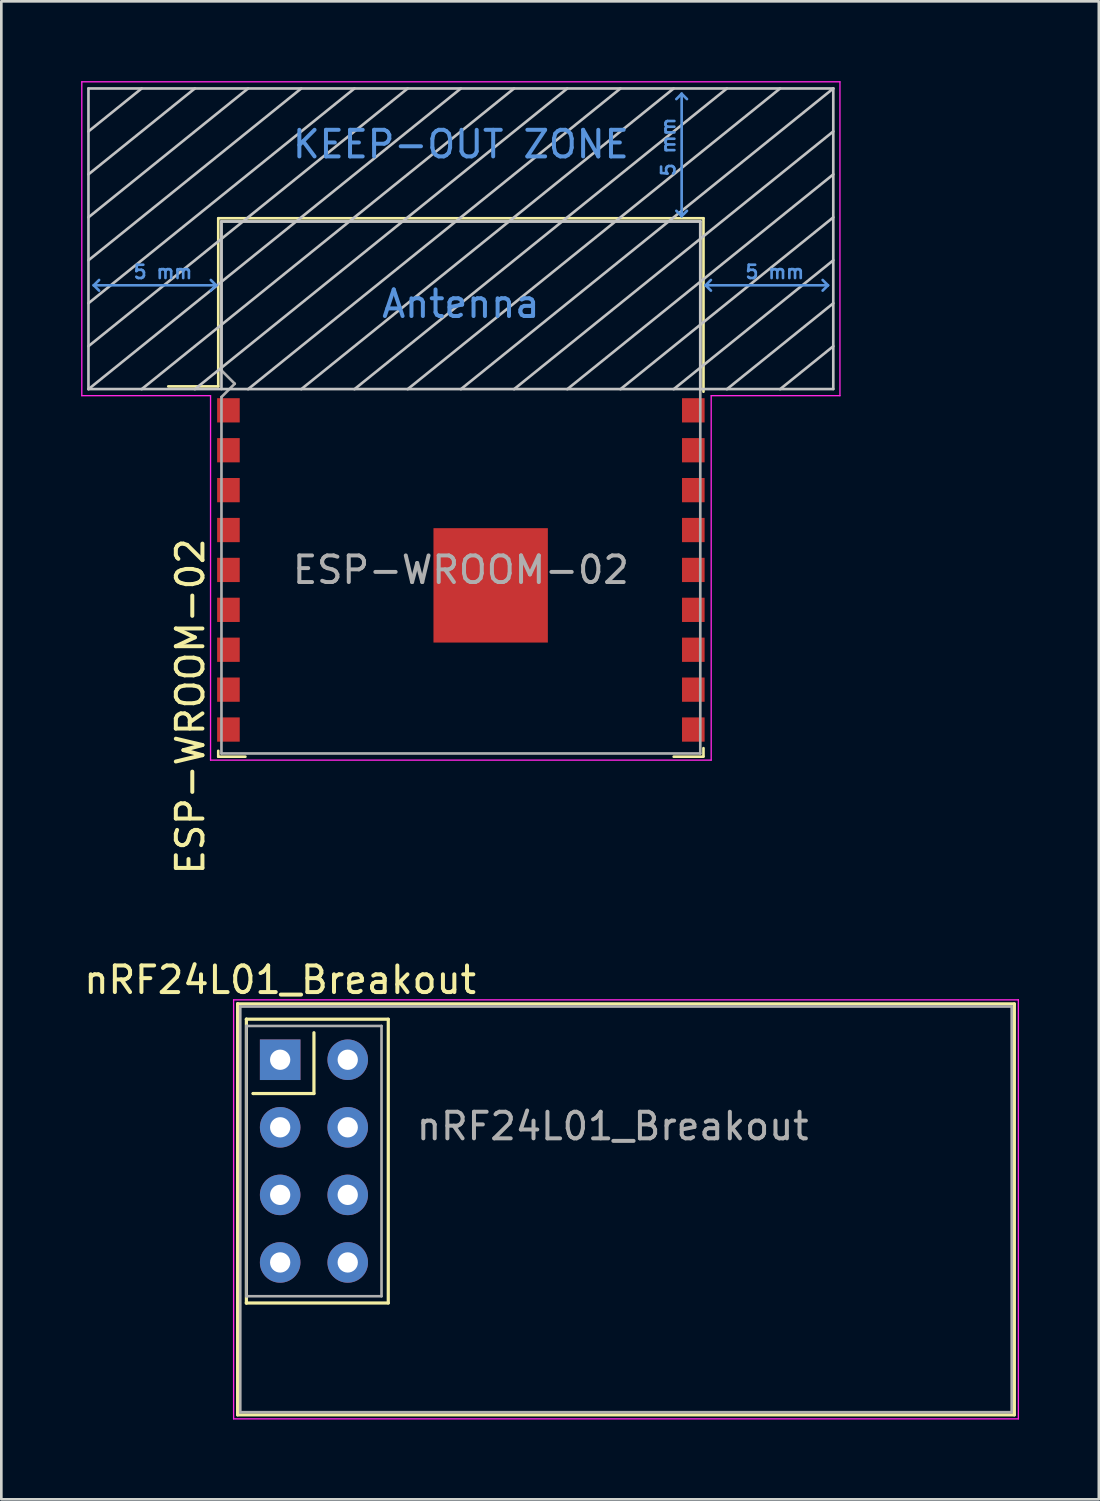
<source format=kicad_pcb>
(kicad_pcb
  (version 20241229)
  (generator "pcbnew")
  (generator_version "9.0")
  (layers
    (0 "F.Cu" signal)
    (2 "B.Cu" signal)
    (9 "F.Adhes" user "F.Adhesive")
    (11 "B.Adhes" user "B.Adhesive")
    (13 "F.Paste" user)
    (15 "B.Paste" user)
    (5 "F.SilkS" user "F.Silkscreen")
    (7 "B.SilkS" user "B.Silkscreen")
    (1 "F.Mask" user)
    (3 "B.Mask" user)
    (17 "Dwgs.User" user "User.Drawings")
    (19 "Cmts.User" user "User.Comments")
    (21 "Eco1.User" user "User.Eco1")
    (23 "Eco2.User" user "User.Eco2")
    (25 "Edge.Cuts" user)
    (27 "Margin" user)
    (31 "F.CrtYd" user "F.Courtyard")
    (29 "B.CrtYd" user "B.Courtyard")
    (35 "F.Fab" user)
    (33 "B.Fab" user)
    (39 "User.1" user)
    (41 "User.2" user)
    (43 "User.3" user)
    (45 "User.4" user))
  (footprint "ESP-WROOM-02"
    (layer "F.Cu")
    (at 14.275 18.375)
    (property "Reference" "ESP-WROOM-02" (at -10.17 5.13 90) (layer "F.SilkS") (effects (font (size 1 1) (thickness 0.15))))
    (attr smd)
    (fp_line (start -9.12 -13.22) (end -9.12 -6.9) (stroke (width 0.1) (type solid)) (layer "F.SilkS"))
    (fp_line (start -9.12 -13.22) (end 9.12 -13.22) (stroke (width 0.1) (type solid)) (layer "F.SilkS"))
    (fp_line (start -9.12 -6.9) (end -11 -6.9) (stroke (width 0.1) (type solid)) (layer "F.SilkS"))
    (fp_line (start -9.12 6.8) (end -9.12 7.02) (stroke (width 0.1) (type solid)) (layer "F.SilkS"))
    (fp_line (start -9.12 7.02) (end -8.1 7.02) (stroke (width 0.1) (type solid)) (layer "F.SilkS"))
    (fp_line (start 8 7.02) (end 9.12 7.02) (stroke (width 0.1) (type solid)) (layer "F.SilkS"))
    (fp_line (start 9.12 -13.22) (end 9.12 -6.7) (stroke (width 0.1) (type solid)) (layer "F.SilkS"))
    (fp_line (start 9.12 6.7) (end 9.12 7) (stroke (width 0.1) (type solid)) (layer "F.SilkS"))
    (fp_line (start -14 -6.8) (end -14 -18.1) (stroke (width 0.1) (type solid)) (layer "Dwgs.User"))
    (fp_line (start -12 -18.1) (end -14 -16.485) (stroke (width 0.1) (type solid)) (layer "Dwgs.User"))
    (fp_line (start -10 -18.1) (end -14 -14.87) (stroke (width 0.1) (type solid)) (layer "Dwgs.User"))
    (fp_line (start -9 -13.1) (end 9 -13.1) (stroke (width 0.1) (type solid)) (layer "Dwgs.User"))
    (fp_line (start -9 -6.8) (end -9 -13.1) (stroke (width 0.1) (type solid)) (layer "Dwgs.User"))
    (fp_line (start -8 -18.1) (end -14 -13.255) (stroke (width 0.1) (type solid)) (layer "Dwgs.User"))
    (fp_line (start -8 -6.795) (end 6 -18.1) (stroke (width 0.1) (type solid)) (layer "Dwgs.User"))
    (fp_line (start -6 -18.1) (end -14 -11.64) (stroke (width 0.1) (type solid)) (layer "Dwgs.User"))
    (fp_line (start -4 -18.1) (end -14 -10.025) (stroke (width 0.1) (type solid)) (layer "Dwgs.User"))
    (fp_line (start -2 -18.1) (end -14 -8.41) (stroke (width 0.1) (type solid)) (layer "Dwgs.User"))
    (fp_line (start 0 -18.1) (end -14 -6.795) (stroke (width 0.1) (type solid)) (layer "Dwgs.User"))
    (fp_line (start 2 -18.1) (end -12 -6.795) (stroke (width 0.1) (type solid)) (layer "Dwgs.User"))
    (fp_line (start 4 -18.1) (end -10 -6.795) (stroke (width 0.1) (type solid)) (layer "Dwgs.User"))
    (fp_line (start 8 -18.1) (end -6 -6.795) (stroke (width 0.1) (type solid)) (layer "Dwgs.User"))
    (fp_line (start 9 -13.1) (end 9 -6.78) (stroke (width 0.1) (type solid)) (layer "Dwgs.User"))
    (fp_line (start 10 -18.1) (end -4 -6.795) (stroke (width 0.1) (type solid)) (layer "Dwgs.User"))
    (fp_line (start 12 -18.1) (end -2 -6.795) (stroke (width 0.1) (type solid)) (layer "Dwgs.User"))
    (fp_line (start 14 -18.1) (end -14 -18.1) (stroke (width 0.1) (type solid)) (layer "Dwgs.User"))
    (fp_line (start 14 -18.1) (end 0 -6.795) (stroke (width 0.1) (type solid)) (layer "Dwgs.User"))
    (fp_line (start 14 -16.485) (end 2 -6.795) (stroke (width 0.1) (type solid)) (layer "Dwgs.User"))
    (fp_line (start 14 -14.87) (end 4 -6.795) (stroke (width 0.1) (type solid)) (layer "Dwgs.User"))
    (fp_line (start 14 -13.255) (end 6 -6.795) (stroke (width 0.1) (type solid)) (layer "Dwgs.User"))
    (fp_line (start 14 -11.64) (end 8 -6.795) (stroke (width 0.1) (type solid)) (layer "Dwgs.User"))
    (fp_line (start 14 -10.025) (end 10 -6.795) (stroke (width 0.1) (type solid)) (layer "Dwgs.User"))
    (fp_line (start 14 -8.41) (end 12 -6.795) (stroke (width 0.1) (type solid)) (layer "Dwgs.User"))
    (fp_line (start 14 -6.8) (end -14 -6.8) (stroke (width 0.1) (type solid)) (layer "Dwgs.User"))
    (fp_line (start 14 -6.8) (end 14 -18.1) (stroke (width 0.1) (type solid)) (layer "Dwgs.User"))
    (fp_line (start -13.8 -10.7) (end -13.6 -10.9) (stroke (width 0.1) (type solid)) (layer "Cmts.User"))
    (fp_line (start -13.8 -10.7) (end -13.6 -10.5) (stroke (width 0.1) (type solid)) (layer "Cmts.User"))
    (fp_line (start -13.8 -10.7) (end -9.2 -10.7) (stroke (width 0.1) (type solid)) (layer "Cmts.User"))
    (fp_line (start -9.2 -10.7) (end -9.4 -10.9) (stroke (width 0.1) (type solid)) (layer "Cmts.User"))
    (fp_line (start -9.2 -10.7) (end -9.4 -10.5) (stroke (width 0.1) (type solid)) (layer "Cmts.User"))
    (fp_line (start 8.3 -17.9) (end 8.1 -17.7) (stroke (width 0.1) (type solid)) (layer "Cmts.User"))
    (fp_line (start 8.3 -17.9) (end 8.5 -17.7) (stroke (width 0.1) (type solid)) (layer "Cmts.User"))
    (fp_line (start 8.3 -13.3) (end 8.1 -13.5) (stroke (width 0.1) (type solid)) (layer "Cmts.User"))
    (fp_line (start 8.3 -13.3) (end 8.3 -17.9) (stroke (width 0.1) (type solid)) (layer "Cmts.User"))
    (fp_line (start 8.3 -13.3) (end 8.5 -13.5) (stroke (width 0.1) (type solid)) (layer "Cmts.User"))
    (fp_line (start 9.2 -10.7) (end 9.4 -10.9) (stroke (width 0.1) (type solid)) (layer "Cmts.User"))
    (fp_line (start 9.2 -10.7) (end 9.4 -10.5) (stroke (width 0.1) (type solid)) (layer "Cmts.User"))
    (fp_line (start 9.2 -10.7) (end 13.8 -10.7) (stroke (width 0.1) (type solid)) (layer "Cmts.User"))
    (fp_line (start 13.8 -10.7) (end 13.6 -10.9) (stroke (width 0.1) (type solid)) (layer "Cmts.User"))
    (fp_line (start 13.8 -10.7) (end 13.6 -10.5) (stroke (width 0.1) (type solid)) (layer "Cmts.User"))
    (fp_line (start -14.25 -18.35) (end -14.25 -6.55) (stroke (width 0.05) (type solid)) (layer "F.CrtYd"))
    (fp_line (start -14.25 -18.35) (end 14.25 -18.35) (stroke (width 0.05) (type solid)) (layer "F.CrtYd"))
    (fp_line (start -14.25 -6.55) (end -9.41 -6.55) (stroke (width 0.05) (type solid)) (layer "F.CrtYd"))
    (fp_line (start -9.41 7.15) (end -9.41 -6.55) (stroke (width 0.05) (type solid)) (layer "F.CrtYd"))
    (fp_line (start -9.41 7.15) (end 9.41 7.15) (stroke (width 0.05) (type solid)) (layer "F.CrtYd"))
    (fp_line (start 9.41 -6.55) (end 9.41 7.15) (stroke (width 0.05) (type solid)) (layer "F.CrtYd"))
    (fp_line (start 9.41 -6.55) (end 14.25 -6.55) (stroke (width 0.05) (type solid)) (layer "F.CrtYd"))
    (fp_line (start 14.25 -18.35) (end 14.25 -6.55) (stroke (width 0.05) (type solid)) (layer "F.CrtYd"))
    (fp_line (start -9 -13.1) (end -9 -7.5) (stroke (width 0.1) (type solid)) (layer "F.Fab"))
    (fp_line (start -9 -13.1) (end 9 -13.1) (stroke (width 0.1) (type solid)) (layer "F.Fab"))
    (fp_line (start -9 -7.5) (end -8.5 -7) (stroke (width 0.1) (type solid)) (layer "F.Fab"))
    (fp_line (start -9 -6.5) (end -9 6.9) (stroke (width 0.1) (type solid)) (layer "F.Fab"))
    (fp_line (start -9 6.9) (end 9 6.9) (stroke (width 0.1) (type solid)) (layer "F.Fab"))
    (fp_line (start -8.5 -7) (end -9 -6.5) (stroke (width 0.1) (type solid)) (layer "F.Fab"))
    (fp_line (start 9 6.9) (end 9 -13.1) (stroke (width 0.1) (type solid)) (layer "F.Fab"))
    (fp_text user "5 mm" (at 11.8 -11.2 0) (layer "Cmts.User") (effects (font (size 0.5 0.5) (thickness 0.1))))
    (fp_text user "5 mm" (at -11.2 -11.2 0) (layer "Cmts.User") (effects (font (size 0.5 0.5) (thickness 0.1))))
    (fp_text user "KEEP-OUT ZONE" (at 0 -16 0) (layer "Cmts.User") (effects (font (size 1 1) (thickness 0.15))))
    (fp_text user "5 mm" (at 7.8 -15.9 90) (layer "Cmts.User") (effects (font (size 0.5 0.5) (thickness 0.1))))
    (fp_text user "Antenna" (at 0 -10 0) (layer "Cmts.User") (effects (font (size 1 1) (thickness 0.15))))
    (fp_text user "${REFERENCE}" (at 0 0 0) (layer "F.Fab") (effects (font (size 1 1) (thickness 0.15))))
    (pad "1" smd rect (at -8.738 -6) (size 0.85 0.912) (layers "F.Cu" "F.Mask" "F.Paste"))
    (pad "2" smd rect (at -8.738 -4.5) (size 0.85 0.912) (layers "F.Cu" "F.Mask" "F.Paste"))
    (pad "3" smd rect (at -8.738 -3) (size 0.85 0.912) (layers "F.Cu" "F.Mask" "F.Paste"))
    (pad "4" smd rect (at -8.738 -1.5) (size 0.85 0.912) (layers "F.Cu" "F.Mask" "F.Paste"))
    (pad "5" smd rect (at -8.738 0) (size 0.85 0.912) (layers "F.Cu" "F.Mask" "F.Paste"))
    (pad "6" smd rect (at -8.738 1.5) (size 0.85 0.912) (layers "F.Cu" "F.Mask" "F.Paste"))
    (pad "7" smd rect (at -8.738 3) (size 0.85 0.912) (layers "F.Cu" "F.Mask" "F.Paste"))
    (pad "8" smd rect (at -8.738 4.5) (size 0.85 0.912) (layers "F.Cu" "F.Mask" "F.Paste"))
    (pad "9" smd rect (at -8.738 6) (size 0.85 0.912) (layers "F.Cu" "F.Mask" "F.Paste"))
    (pad "10" smd rect (at 8.738 6) (size 0.85 0.912) (layers "F.Cu" "F.Mask" "F.Paste"))
    (pad "11" smd rect (at 8.738 4.5) (size 0.85 0.912) (layers "F.Cu" "F.Mask" "F.Paste"))
    (pad "12" smd rect (at 8.738 3) (size 0.85 0.912) (layers "F.Cu" "F.Mask" "F.Paste"))
    (pad "13" smd rect (at 8.738 1.5) (size 0.85 0.912) (layers "F.Cu" "F.Mask" "F.Paste"))
    (pad "14" smd rect (at 8.738 0) (size 0.85 0.912) (layers "F.Cu" "F.Mask" "F.Paste"))
    (pad "15" smd rect (at 8.738 -1.5) (size 0.85 0.912) (layers "F.Cu" "F.Mask" "F.Paste"))
    (pad "16" smd rect (at 8.738 -3) (size 0.85 0.912) (layers "F.Cu" "F.Mask" "F.Paste"))
    (pad "17" smd rect (at 8.738 -4.5) (size 0.85 0.912) (layers "F.Cu" "F.Mask" "F.Paste"))
    (pad "18" smd rect (at 8.738 -6) (size 0.85 0.912) (layers "F.Cu" "F.Mask" "F.Paste"))
    (pad "19" smd rect (at 1.12 0.58) (size 4.3 4.3) (layers "F.Cu" "F.Mask" "F.Paste")))
  (footprint "nRF24L01_Breakout"
    (layer "F.Cu")
    (at 7.482 36.788)
    (property "Reference" "nRF24L01_Breakout" (at 0 -3 0) (layer "F.SilkS") (effects (font (size 1 1) (thickness 0.15))))
    (attr through_hole)
    (fp_line (start -1.6 -2.1) (end -1.6 -2.1) (stroke (width 0.12) (type solid)) (layer "F.SilkS"))
    (fp_line (start -1.6 -2.1) (end 27.6 -2.1) (stroke (width 0.12) (type solid)) (layer "F.SilkS"))
    (fp_line (start -1.6 13.35) (end -1.6 -2.1) (stroke (width 0.12) (type solid)) (layer "F.SilkS"))
    (fp_line (start -1.27 -1.524) (end -1.27 -1.524) (stroke (width 0.12) (type solid)) (layer "F.SilkS"))
    (fp_line (start -1.27 -1.524) (end 4.064 -1.524) (stroke (width 0.12) (type solid)) (layer "F.SilkS"))
    (fp_line (start -1.27 9.144) (end -1.27 -1.524) (stroke (width 0.12) (type solid)) (layer "F.SilkS"))
    (fp_line (start -1.27 9.144) (end -1.27 9.144) (stroke (width 0.12) (type solid)) (layer "F.SilkS"))
    (fp_line (start -1.016 1.27) (end -1.016 1.27) (stroke (width 0.12) (type solid)) (layer "F.SilkS"))
    (fp_line (start 1.27 -1.016) (end 1.27 1.27) (stroke (width 0.12) (type solid)) (layer "F.SilkS"))
    (fp_line (start 1.27 1.27) (end -1.016 1.27) (stroke (width 0.12) (type solid)) (layer "F.SilkS"))
    (fp_line (start 4.064 -1.524) (end 4.064 9.144) (stroke (width 0.12) (type solid)) (layer "F.SilkS"))
    (fp_line (start 4.064 9.144) (end -1.27 9.144) (stroke (width 0.12) (type solid)) (layer "F.SilkS"))
    (fp_line (start 27.6 -2.1) (end 27.6 13.35) (stroke (width 0.12) (type solid)) (layer "F.SilkS"))
    (fp_line (start 27.6 13.35) (end -1.6 13.35) (stroke (width 0.12) (type solid)) (layer "F.SilkS"))
    (fp_line (start -1.75 -2.25) (end -1.75 13.5) (stroke (width 0.05) (type solid)) (layer "F.CrtYd"))
    (fp_line (start -1.75 13.5) (end 27.75 13.5) (stroke (width 0.05) (type solid)) (layer "F.CrtYd"))
    (fp_line (start 27.75 -2.25) (end -1.75 -2.25) (stroke (width 0.05) (type solid)) (layer "F.CrtYd"))
    (fp_line (start 27.75 -2.25) (end 27.75 -2.25) (stroke (width 0.05) (type solid)) (layer "F.CrtYd"))
    (fp_line (start 27.75 13.5) (end 27.75 -2.25) (stroke (width 0.05) (type solid)) (layer "F.CrtYd"))
    (fp_line (start -1.5 -2) (end -1.5 -2) (stroke (width 0.1) (type solid)) (layer "F.Fab"))
    (fp_line (start -1.5 -2) (end 27.5 -2) (stroke (width 0.1) (type solid)) (layer "F.Fab"))
    (fp_line (start -1.5 13.25) (end -1.5 -2) (stroke (width 0.1) (type solid)) (layer "F.Fab"))
    (fp_line (start -1.27 -1.27) (end -1.27 -1.27) (stroke (width 0.1) (type solid)) (layer "F.Fab"))
    (fp_line (start -1.27 -1.27) (end 3.81 -1.27) (stroke (width 0.1) (type solid)) (layer "F.Fab"))
    (fp_line (start -1.27 8.89) (end -1.27 -1.27) (stroke (width 0.1) (type solid)) (layer "F.Fab"))
    (fp_line (start 3.81 -1.27) (end 3.81 8.89) (stroke (width 0.1) (type solid)) (layer "F.Fab"))
    (fp_line (start 3.81 8.89) (end -1.27 8.89) (stroke (width 0.1) (type solid)) (layer "F.Fab"))
    (fp_line (start 27.5 -2) (end 27.5 13.25) (stroke (width 0.1) (type solid)) (layer "F.Fab"))
    (fp_line (start 27.5 13.25) (end -1.5 13.25) (stroke (width 0.1) (type solid)) (layer "F.Fab"))
    (fp_text user "${REFERENCE}" (at 12.5 2.5 0) (layer "F.Fab") (effects (font (size 1 1) (thickness 0.15))))
    (pad "1" thru_hole rect (at 0 0) (size 1.524 1.524) (drill 0.762) (layers "*.Cu" "*.Mask"))
    (pad "2" thru_hole circle (at 2.54 0) (size 1.524 1.524) (drill 0.762) (layers "*.Cu" "*.Mask"))
    (pad "3" thru_hole circle (at 0 2.54) (size 1.524 1.524) (drill 0.762) (layers "*.Cu" "*.Mask"))
    (pad "4" thru_hole circle (at 2.54 2.54) (size 1.524 1.524) (drill 0.762) (layers "*.Cu" "*.Mask"))
    (pad "5" thru_hole circle (at 0 5.08) (size 1.524 1.524) (drill 0.762) (layers "*.Cu" "*.Mask"))
    (pad "6" thru_hole circle (at 2.54 5.08) (size 1.524 1.524) (drill 0.762) (layers "*.Cu" "*.Mask"))
    (pad "7" thru_hole circle (at 0 7.62) (size 1.524 1.524) (drill 0.762) (layers "*.Cu" "*.Mask"))
    (pad "8" thru_hole circle (at 2.54 7.62) (size 1.524 1.524) (drill 0.762) (layers "*.Cu" "*.Mask")))
  (gr_rect
    (start -3 -3)
    (end 38.257 53.313)
    (stroke (width 0.1) (type default))
    (fill no)
    (layer "Edge.Cuts")))
</source>
